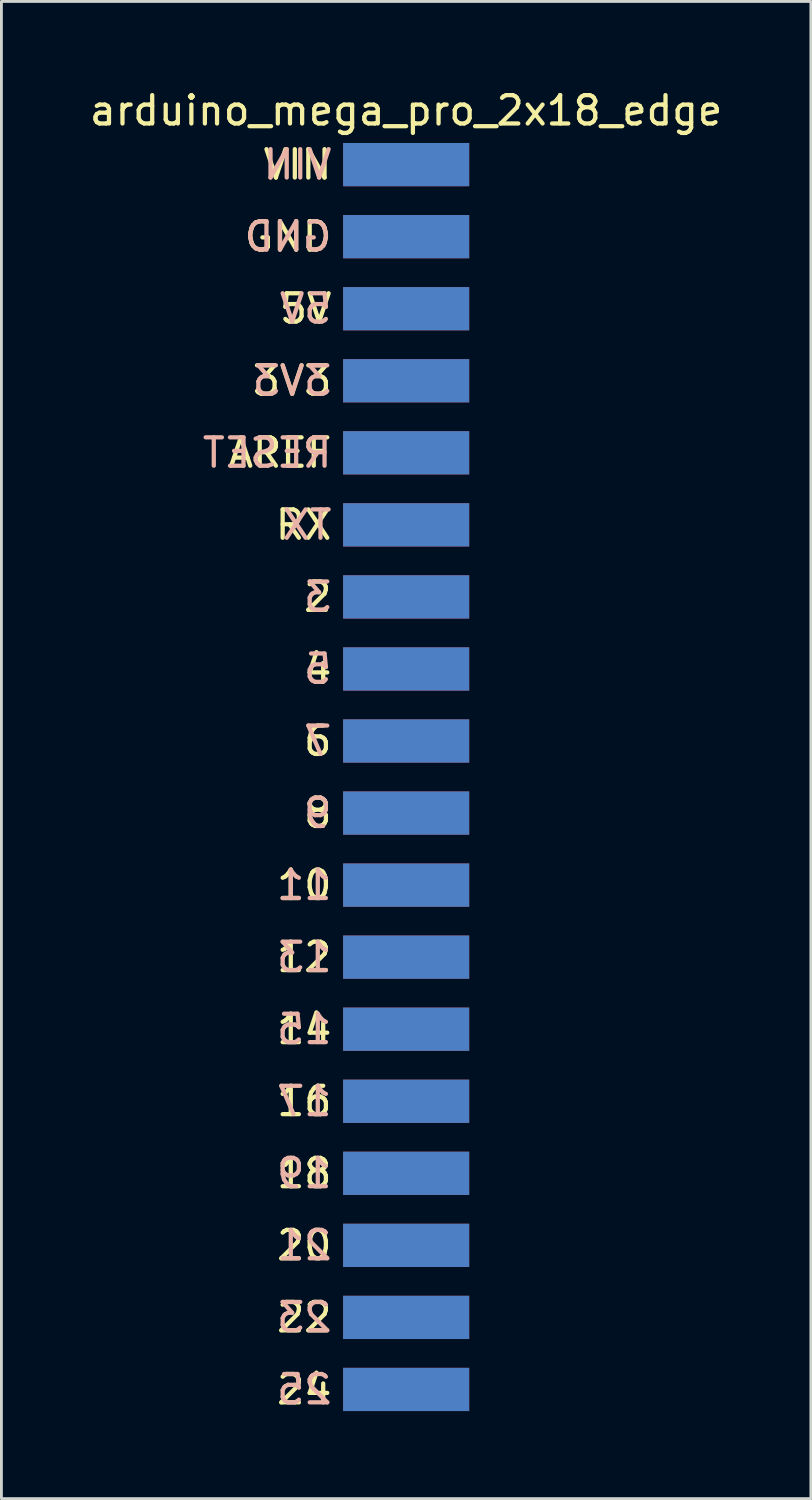
<source format=kicad_pcb>
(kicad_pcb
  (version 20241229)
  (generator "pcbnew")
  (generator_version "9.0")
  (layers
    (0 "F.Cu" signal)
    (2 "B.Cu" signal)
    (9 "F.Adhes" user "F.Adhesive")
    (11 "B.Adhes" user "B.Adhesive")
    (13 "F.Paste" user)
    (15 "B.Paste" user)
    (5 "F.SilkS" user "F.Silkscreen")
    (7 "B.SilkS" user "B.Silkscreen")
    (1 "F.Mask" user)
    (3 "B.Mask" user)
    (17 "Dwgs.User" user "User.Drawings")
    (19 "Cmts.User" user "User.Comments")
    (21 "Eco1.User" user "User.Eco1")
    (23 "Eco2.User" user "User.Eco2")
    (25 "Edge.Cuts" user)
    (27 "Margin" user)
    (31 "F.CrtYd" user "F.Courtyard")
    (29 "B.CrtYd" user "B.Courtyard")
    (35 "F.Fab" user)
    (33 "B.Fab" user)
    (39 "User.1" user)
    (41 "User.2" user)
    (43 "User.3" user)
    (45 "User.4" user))
  (footprint "arduino_mega_pro_2x18_edge"
    (layer "F.Cu")
    (at 11.268 2.753)
    (property "Reference" "arduino_mega_pro_2x18_edge" (at 0 -1.905 0) (layer "F.SilkS") (effects (font (size 1 1) (thickness 0.15))))
    (attr smd)
    (fp_text user "18" (at -2.54 35.56 0) (layer "F.SilkS") (effects (font (size 1 1) (thickness 0.15)) (justify right)))
    (fp_text user "AREF" (at -2.54 10.16 0) (layer "F.SilkS") (effects (font (size 1 1) (thickness 0.15)) (justify right)))
    (fp_text user "10" (at -2.54 25.4 0) (layer "F.SilkS") (effects (font (size 1 1) (thickness 0.15)) (justify right)))
    (fp_text user "4" (at -2.54 17.78 0) (layer "F.SilkS") (effects (font (size 1 1) (thickness 0.15)) (justify right)))
    (fp_text user "3V3" (at -2.54 7.62 0) (layer "F.SilkS") (effects (font (size 1 1) (thickness 0.15)) (justify right)))
    (fp_text user "22" (at -2.54 40.64 0) (layer "F.SilkS") (effects (font (size 1 1) (thickness 0.15)) (justify right)))
    (fp_text user "RX" (at -2.54 12.7 0) (layer "F.SilkS") (effects (font (size 1 1) (thickness 0.15)) (justify right)))
    (fp_text user "16" (at -2.54 33.02 0) (layer "F.SilkS") (effects (font (size 1 1) (thickness 0.15)) (justify right)))
    (fp_text user "2" (at -2.54 15.24 0) (layer "F.SilkS") (effects (font (size 1 1) (thickness 0.15)) (justify right)))
    (fp_text user "24" (at -2.54 43.18 0) (layer "F.SilkS") (effects (font (size 1 1) (thickness 0.15)) (justify right)))
    (fp_text user "VIN" (at -2.54 0 0) (layer "F.SilkS") (effects (font (size 1 1) (thickness 0.15)) (justify right)))
    (fp_text user "20" (at -2.54 38.1 0) (layer "F.SilkS") (effects (font (size 1 1) (thickness 0.15)) (justify right)))
    (fp_text user "6" (at -2.54 20.32 0) (layer "F.SilkS") (effects (font (size 1 1) (thickness 0.15)) (justify right)))
    (fp_text user "GND" (at -2.54 2.54 0) (layer "F.SilkS") (effects (font (size 1 1) (thickness 0.15)) (justify right)))
    (fp_text user "14" (at -2.54 30.48 0) (layer "F.SilkS") (effects (font (size 1 1) (thickness 0.15)) (justify right)))
    (fp_text user "12" (at -2.54 27.94 0) (layer "F.SilkS") (effects (font (size 1 1) (thickness 0.15)) (justify right)))
    (fp_text user "8" (at -2.54 22.86 0) (layer "F.SilkS") (effects (font (size 1 1) (thickness 0.15)) (justify right)))
    (fp_text user "5V" (at -2.54 5.08 0) (layer "F.SilkS") (effects (font (size 1 1) (thickness 0.15)) (justify right)))
    (fp_text user "7" (at -2.54 20.32 0) (layer "B.SilkS") (effects (font (size 1 1) (thickness 0.15)) (justify left mirror)))
    (fp_text user "21" (at -2.54 38.1 0) (layer "B.SilkS") (effects (font (size 1 1) (thickness 0.15)) (justify left mirror)))
    (fp_text user "RESET" (at -2.54 10.16 0) (layer "B.SilkS") (effects (font (size 1 1) (thickness 0.15)) (justify left mirror)))
    (fp_text user "3V3" (at -2.54 7.62 0) (layer "B.SilkS") (effects (font (size 1 1) (thickness 0.15)) (justify left mirror)))
    (fp_text user "9" (at -2.54 22.86 0) (layer "B.SilkS") (effects (font (size 1 1) (thickness 0.15)) (justify left mirror)))
    (fp_text user "5" (at -2.54 17.78 0) (layer "B.SilkS") (effects (font (size 1 1) (thickness 0.15)) (justify left mirror)))
    (fp_text user "GND" (at -2.54 2.54 0) (layer "B.SilkS") (effects (font (size 1 1) (thickness 0.15)) (justify left mirror)))
    (fp_text user "23" (at -2.54 40.64 0) (layer "B.SilkS") (effects (font (size 1 1) (thickness 0.15)) (justify left mirror)))
    (fp_text user "25" (at -2.54 43.18 0) (layer "B.SilkS") (effects (font (size 1 1) (thickness 0.15)) (justify left mirror)))
    (fp_text user "13" (at -2.54 27.94 0) (layer "B.SilkS") (effects (font (size 1 1) (thickness 0.15)) (justify left mirror)))
    (fp_text user "TX" (at -2.54 12.7 0) (layer "B.SilkS") (effects (font (size 1 1) (thickness 0.15)) (justify left mirror)))
    (fp_text user "17" (at -2.54 33.02 0) (layer "B.SilkS") (effects (font (size 1 1) (thickness 0.15)) (justify left mirror)))
    (fp_text user "19" (at -2.54 35.56 0) (layer "B.SilkS") (effects (font (size 1 1) (thickness 0.15)) (justify left mirror)))
    (fp_text user "15" (at -2.54 30.48 0) (layer "B.SilkS") (effects (font (size 1 1) (thickness 0.15)) (justify left mirror)))
    (fp_text user "VIN" (at -2.54 0 0) (layer "B.SilkS") (effects (font (size 1 1) (thickness 0.15)) (justify left mirror)))
    (fp_text user "3" (at -2.54 15.24 0) (layer "B.SilkS") (effects (font (size 1 1) (thickness 0.15)) (justify left mirror)))
    (fp_text user "11" (at -2.54 25.4 0) (layer "B.SilkS") (effects (font (size 1 1) (thickness 0.15)) (justify left mirror)))
    (fp_text user "5V" (at -2.54 5.08 0) (layer "B.SilkS") (effects (font (size 1 1) (thickness 0.15)) (justify left mirror)))
    (pad "1" smd rect (at 0 0) (size 4.445 1.524) (layers "B.Cu" "B.Mask" "B.Paste"))
    (pad "2" smd rect (at 0 0) (size 4.445 1.524) (layers "F.Cu" "F.Mask" "F.Paste"))
    (pad "3" smd rect (at 0 2.54) (size 4.445 1.524) (layers "B.Cu" "B.Mask" "B.Paste"))
    (pad "4" smd rect (at 0 2.54) (size 4.445 1.524) (layers "F.Cu" "F.Mask" "F.Paste"))
    (pad "5" smd rect (at 0 5.08) (size 4.445 1.524) (layers "B.Cu" "B.Mask" "B.Paste"))
    (pad "6" smd rect (at 0 5.08) (size 4.445 1.524) (layers "F.Cu" "F.Mask" "F.Paste"))
    (pad "7" smd rect (at 0 7.62) (size 4.445 1.524) (layers "B.Cu" "B.Mask" "B.Paste"))
    (pad "8" smd rect (at 0 7.62) (size 4.445 1.524) (layers "F.Cu" "F.Mask" "F.Paste"))
    (pad "9" smd rect (at 0 10.16) (size 4.445 1.524) (layers "B.Cu" "B.Mask" "B.Paste"))
    (pad "10" smd rect (at 0 10.16) (size 4.445 1.524) (layers "F.Cu" "F.Mask" "F.Paste"))
    (pad "11" smd rect (at 0 12.7) (size 4.445 1.524) (layers "B.Cu" "B.Mask" "B.Paste"))
    (pad "12" smd rect (at 0 12.7) (size 4.445 1.524) (layers "F.Cu" "F.Mask" "F.Paste"))
    (pad "13" smd rect (at 0 15.24) (size 4.445 1.524) (layers "B.Cu" "B.Mask" "B.Paste"))
    (pad "14" smd rect (at 0 15.24) (size 4.445 1.524) (layers "F.Cu" "F.Mask" "F.Paste"))
    (pad "15" smd rect (at 0 17.78) (size 4.445 1.524) (layers "B.Cu" "B.Mask" "B.Paste"))
    (pad "16" smd rect (at 0 17.78) (size 4.445 1.524) (layers "F.Cu" "F.Mask" "F.Paste"))
    (pad "17" smd rect (at 0 20.32) (size 4.445 1.524) (layers "B.Cu" "B.Mask" "B.Paste"))
    (pad "18" smd rect (at 0 20.32) (size 4.445 1.524) (layers "F.Cu" "F.Mask" "F.Paste"))
    (pad "19" smd rect (at 0 22.86) (size 4.445 1.524) (layers "B.Cu" "B.Mask" "B.Paste"))
    (pad "20" smd rect (at 0 22.86) (size 4.445 1.524) (layers "F.Cu" "F.Mask" "F.Paste"))
    (pad "21" smd rect (at 0 25.4) (size 4.445 1.524) (layers "B.Cu" "B.Mask" "B.Paste"))
    (pad "22" smd rect (at 0 25.4) (size 4.445 1.524) (layers "F.Cu" "F.Mask" "F.Paste"))
    (pad "23" smd rect (at 0 27.94) (size 4.445 1.524) (layers "B.Cu" "B.Mask" "B.Paste"))
    (pad "24" smd rect (at 0 27.94) (size 4.445 1.524) (layers "F.Cu" "F.Mask" "F.Paste"))
    (pad "25" smd rect (at 0 30.48) (size 4.445 1.524) (layers "B.Cu" "B.Mask" "B.Paste"))
    (pad "26" smd rect (at 0 30.48) (size 4.445 1.524) (layers "F.Cu" "F.Mask" "F.Paste"))
    (pad "27" smd rect (at 0 33.02) (size 4.445 1.524) (layers "B.Cu" "B.Mask" "B.Paste"))
    (pad "28" smd rect (at 0 33.02) (size 4.445 1.524) (layers "F.Cu" "F.Mask" "F.Paste"))
    (pad "29" smd rect (at 0 35.56) (size 4.445 1.524) (layers "B.Cu" "B.Mask" "B.Paste"))
    (pad "30" smd rect (at 0 35.56) (size 4.445 1.524) (layers "F.Cu" "F.Mask" "F.Paste"))
    (pad "31" smd rect (at 0 38.1) (size 4.445 1.524) (layers "B.Cu" "B.Mask" "B.Paste"))
    (pad "32" smd rect (at 0 38.1) (size 4.445 1.524) (layers "F.Cu" "F.Mask" "F.Paste"))
    (pad "33" smd rect (at 0 40.64) (size 4.445 1.524) (layers "B.Cu" "B.Mask" "B.Paste"))
    (pad "34" smd rect (at 0 40.64) (size 4.445 1.524) (layers "F.Cu" "F.Mask" "F.Paste"))
    (pad "35" smd rect (at 0 43.18) (size 4.445 1.524) (layers "B.Cu" "B.Mask" "B.Paste"))
    (pad "36" smd rect (at 0 43.18) (size 4.445 1.524) (layers "F.Cu" "F.Mask" "F.Paste")))
  (gr_rect
    (start -3 -3)
    (end 25.536 49.782)
    (stroke (width 0.1) (type default))
    (fill no)
    (layer "Edge.Cuts")))
</source>
